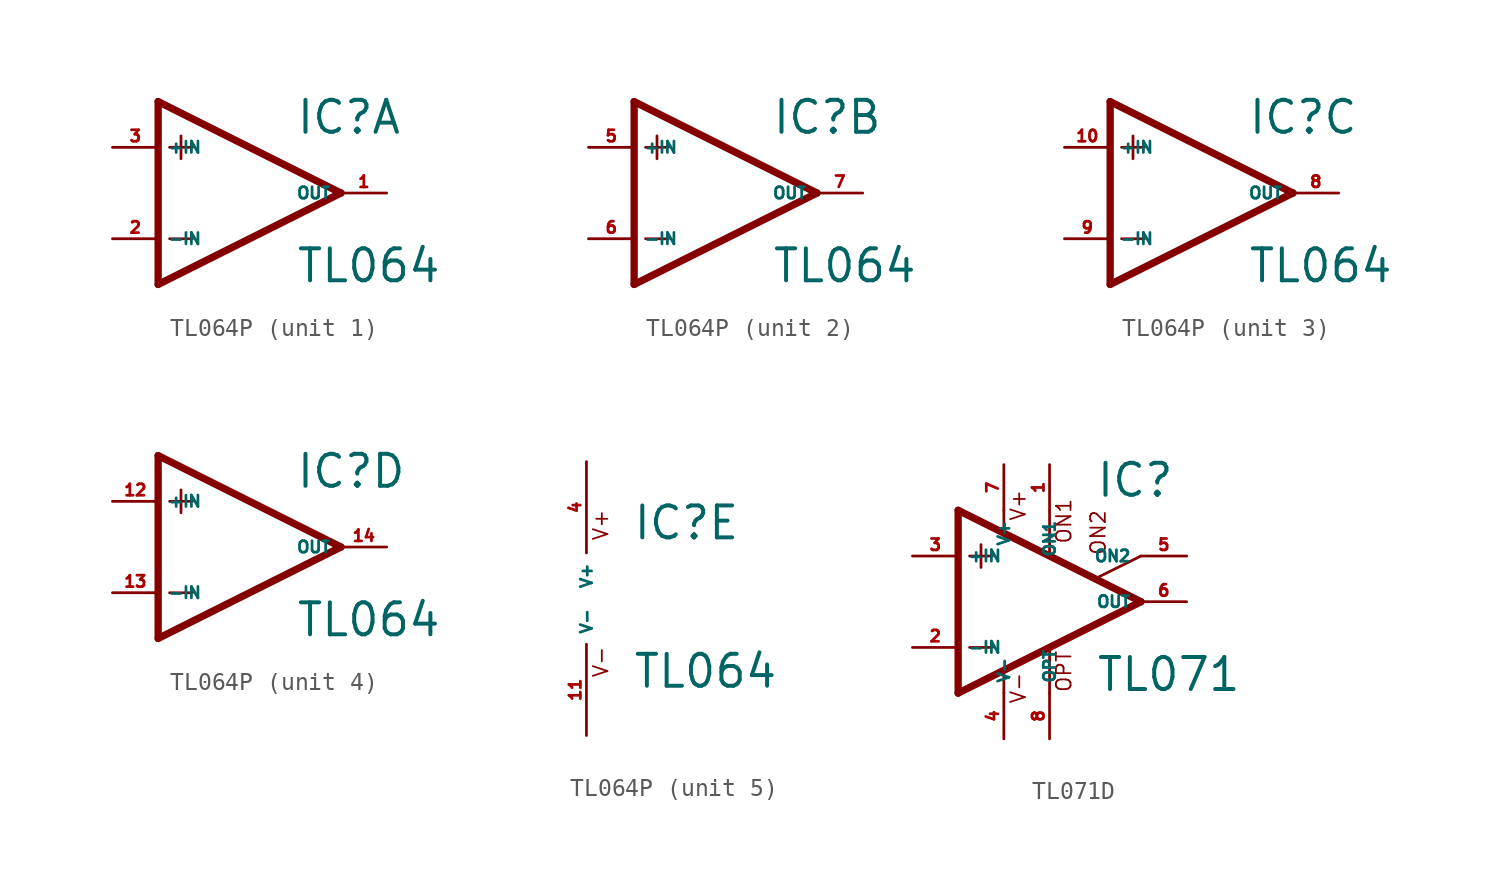
<source format=kicad_sym>
(kicad_symbol_lib
  (version 20220914)
  (generator Eagle2Kicad)
  (symbol "TL064P"
    (property "Reference" "IC"
      (at 2.54 3.175 0)
      (effects (font (size 1.778 1.778) (thickness 0.22)) (justify left bottom)))
    (property "Value" "TL064"
      (at 2.54 -5.08 0)
      (effects (font (size 1.778 1.778) (thickness 0.22)) (justify left bottom)))
    (symbol "TL064P_1_0"
      (polyline (pts (xy -5.08 5.08) (xy -5.08 -5.08)) (stroke (width 0.406) (type default)) (fill (type none)))
      (polyline (pts (xy -5.08 -5.08) (xy 5.08 0)) (stroke (width 0.406) (type default)) (fill (type none)))
      (polyline (pts (xy 5.08 0) (xy -5.08 5.08)) (stroke (width 0.406) (type default)) (fill (type none)))
      (polyline (pts (xy -3.81 3.175) (xy -3.81 1.905)) (stroke (width 0.152) (type default)) (fill (type none)))
      (polyline (pts (xy -4.445 2.54) (xy -3.175 2.54)) (stroke (width 0.152) (type default)) (fill (type none)))
      (polyline (pts (xy -4.445 -2.54) (xy -3.175 -2.54)) (stroke (width 0.152) (type default)) (fill (type none)))
      (pin input line (at -7.62 -2.54 0) (length 2.54) (name "-IN" (effects (font (size 0.635 0.635) (thickness 0.08)) (justify left bottom))) (number "2" (effects (font (size 0.635 0.635) (thickness 0.08)) (justify left bottom))))
      (pin input line (at -7.62 2.54 0) (length 2.54) (name "+IN" (effects (font (size 0.635 0.635) (thickness 0.08)) (justify left bottom))) (number "3" (effects (font (size 0.635 0.635) (thickness 0.08)) (justify left bottom))))
      (pin output line (at 7.62 0 180) (length 2.54) (name "OUT" (effects (font (size 0.635 0.635) (thickness 0.08)) (justify left bottom))) (number "1" (effects (font (size 0.635 0.635) (thickness 0.08)) (justify left bottom)))))
    (symbol "TL064P_2_0"
      (polyline (pts (xy -5.08 5.08) (xy -5.08 -5.08)) (stroke (width 0.406) (type default)) (fill (type none)))
      (polyline (pts (xy -5.08 -5.08) (xy 5.08 0)) (stroke (width 0.406) (type default)) (fill (type none)))
      (polyline (pts (xy 5.08 0) (xy -5.08 5.08)) (stroke (width 0.406) (type default)) (fill (type none)))
      (polyline (pts (xy -3.81 3.175) (xy -3.81 1.905)) (stroke (width 0.152) (type default)) (fill (type none)))
      (polyline (pts (xy -4.445 2.54) (xy -3.175 2.54)) (stroke (width 0.152) (type default)) (fill (type none)))
      (polyline (pts (xy -4.445 -2.54) (xy -3.175 -2.54)) (stroke (width 0.152) (type default)) (fill (type none)))
      (pin input line (at -7.62 -2.54 0) (length 2.54) (name "-IN" (effects (font (size 0.635 0.635) (thickness 0.08)) (justify left bottom))) (number "6" (effects (font (size 0.635 0.635) (thickness 0.08)) (justify left bottom))))
      (pin input line (at -7.62 2.54 0) (length 2.54) (name "+IN" (effects (font (size 0.635 0.635) (thickness 0.08)) (justify left bottom))) (number "5" (effects (font (size 0.635 0.635) (thickness 0.08)) (justify left bottom))))
      (pin output line (at 7.62 0 180) (length 2.54) (name "OUT" (effects (font (size 0.635 0.635) (thickness 0.08)) (justify left bottom))) (number "7" (effects (font (size 0.635 0.635) (thickness 0.08)) (justify left bottom)))))
    (symbol "TL064P_3_0"
      (polyline (pts (xy -5.08 5.08) (xy -5.08 -5.08)) (stroke (width 0.406) (type default)) (fill (type none)))
      (polyline (pts (xy -5.08 -5.08) (xy 5.08 0)) (stroke (width 0.406) (type default)) (fill (type none)))
      (polyline (pts (xy 5.08 0) (xy -5.08 5.08)) (stroke (width 0.406) (type default)) (fill (type none)))
      (polyline (pts (xy -3.81 3.175) (xy -3.81 1.905)) (stroke (width 0.152) (type default)) (fill (type none)))
      (polyline (pts (xy -4.445 2.54) (xy -3.175 2.54)) (stroke (width 0.152) (type default)) (fill (type none)))
      (polyline (pts (xy -4.445 -2.54) (xy -3.175 -2.54)) (stroke (width 0.152) (type default)) (fill (type none)))
      (pin input line (at -7.62 -2.54 0) (length 2.54) (name "-IN" (effects (font (size 0.635 0.635) (thickness 0.08)) (justify left bottom))) (number "9" (effects (font (size 0.635 0.635) (thickness 0.08)) (justify left bottom))))
      (pin input line (at -7.62 2.54 0) (length 2.54) (name "+IN" (effects (font (size 0.635 0.635) (thickness 0.08)) (justify left bottom))) (number "10" (effects (font (size 0.635 0.635) (thickness 0.08)) (justify left bottom))))
      (pin output line (at 7.62 0 180) (length 2.54) (name "OUT" (effects (font (size 0.635 0.635) (thickness 0.08)) (justify left bottom))) (number "8" (effects (font (size 0.635 0.635) (thickness 0.08)) (justify left bottom)))))
    (symbol "TL064P_4_0"
      (polyline (pts (xy -5.08 5.08) (xy -5.08 -5.08)) (stroke (width 0.406) (type default)) (fill (type none)))
      (polyline (pts (xy -5.08 -5.08) (xy 5.08 0)) (stroke (width 0.406) (type default)) (fill (type none)))
      (polyline (pts (xy 5.08 0) (xy -5.08 5.08)) (stroke (width 0.406) (type default)) (fill (type none)))
      (polyline (pts (xy -3.81 3.175) (xy -3.81 1.905)) (stroke (width 0.152) (type default)) (fill (type none)))
      (polyline (pts (xy -4.445 2.54) (xy -3.175 2.54)) (stroke (width 0.152) (type default)) (fill (type none)))
      (polyline (pts (xy -4.445 -2.54) (xy -3.175 -2.54)) (stroke (width 0.152) (type default)) (fill (type none)))
      (pin input line (at -7.62 -2.54 0) (length 2.54) (name "-IN" (effects (font (size 0.635 0.635) (thickness 0.08)) (justify left bottom))) (number "13" (effects (font (size 0.635 0.635) (thickness 0.08)) (justify left bottom))))
      (pin input line (at -7.62 2.54 0) (length 2.54) (name "+IN" (effects (font (size 0.635 0.635) (thickness 0.08)) (justify left bottom))) (number "12" (effects (font (size 0.635 0.635) (thickness 0.08)) (justify left bottom))))
      (pin output line (at 7.62 0 180) (length 2.54) (name "OUT" (effects (font (size 0.635 0.635) (thickness 0.08)) (justify left bottom))) (number "14" (effects (font (size 0.635 0.635) (thickness 0.08)) (justify left bottom)))))
    (symbol "TL064P_5_0"
      (text "V+" (at 1.27 3.175 900) (effects (font (size 0.813 0.813) (thickness 0.10)) (justify left bottom)))
      (text "V-" (at 1.27 -4.445 900) (effects (font (size 0.813 0.813) (thickness 0.10)) (justify left bottom)))
      (pin unspecified line (at 0 7.62 270) (length 5.08) (name "V+" (effects (font (size 0.635 0.635) (thickness 0.08)) (justify left bottom))) (number "4" (effects (font (size 0.635 0.635) (thickness 0.08)) (justify left bottom))))
      (pin unspecified line (at 0 -7.62 90) (length 5.08) (name "V-" (effects (font (size 0.635 0.635) (thickness 0.08)) (justify left bottom))) (number "11" (effects (font (size 0.635 0.635) (thickness 0.08)) (justify left bottom))))))
  (symbol "TL071D"
    (property "Reference" "IC"
      (at 2.54 5.715 0)
      (effects (font (size 1.778 1.778) (thickness 0.22)) (justify left bottom)))
    (property "Value" "TL071"
      (at 2.54 -5.08 0)
      (effects (font (size 1.778 1.778) (thickness 0.22)) (justify left bottom)))
    (polyline
      (pts (xy -3.81 3.175) (xy -3.81 1.905))
      (stroke (width 0.152) (type default))
      (fill (type none)))
    (polyline
      (pts (xy -4.445 2.54) (xy -3.175 2.54))
      (stroke (width 0.152) (type default))
      (fill (type none)))
    (polyline
      (pts (xy -4.445 -2.54) (xy -3.175 -2.54))
      (stroke (width 0.152) (type default))
      (fill (type none)))
    (polyline
      (pts (xy -2.54 5.08) (xy -2.54 3.886))
      (stroke (width 0.152) (type default))
      (fill (type none)))
    (polyline
      (pts (xy 0 5.055) (xy 0 2.616))
      (stroke (width 0.152) (type default))
      (fill (type none)))
    (polyline
      (pts (xy 0 -2.616) (xy 0 -5.08))
      (stroke (width 0.152) (type default))
      (fill (type none)))
    (polyline
      (pts (xy -2.54 -3.912) (xy -2.54 -5.08))
      (stroke (width 0.152) (type default))
      (fill (type none)))
    (polyline
      (pts (xy 5.08 2.54) (xy 2.616 1.321))
      (stroke (width 0.152) (type default))
      (fill (type none)))
    (polyline
      (pts (xy 5.08 0) (xy -5.08 5.08))
      (stroke (width 0.406) (type default))
      (fill (type none)))
    (polyline
      (pts (xy -5.08 5.08) (xy -5.08 -5.08))
      (stroke (width 0.406) (type default))
      (fill (type none)))
    (polyline
      (pts (xy -5.08 -5.08) (xy 5.08 0))
      (stroke (width 0.406) (type default))
      (fill (type none)))
    (text "ON1"
      (at 1.27 3.175 900)
      (effects (font (size 0.813 0.813) (thickness 0.10)) (justify left bottom)))
    (text "ON2"
      (at 3.175 2.54 900)
      (effects (font (size 0.813 0.813) (thickness 0.10)) (justify left bottom)))
    (text "OPT"
      (at 1.27 -5.08 900)
      (effects (font (size 0.813 0.813) (thickness 0.10)) (justify left bottom)))
    (text "V+"
      (at -1.27 4.445 900)
      (effects (font (size 0.813 0.813) (thickness 0.10)) (justify left bottom)))
    (text "V-"
      (at -1.27 -5.715 900)
      (effects (font (size 0.813 0.813) (thickness 0.10)) (justify left bottom)))
    (pin passive line
      (at 7.62 2.54 180)
      (length 2.54)
      (name "ON2" (effects (font (size 0.635 0.635) (thickness 0.08)) (justify left bottom)))
      (number "5" (effects (font (size 0.635 0.635) (thickness 0.08)) (justify left bottom))))
    (pin passive line
      (at 0 7.62 270)
      (length 2.54)
      (name "ON1" (effects (font (size 0.635 0.635) (thickness 0.08)) (justify left bottom)))
      (number "1" (effects (font (size 0.635 0.635) (thickness 0.08)) (justify left bottom))))
    (pin input line
      (at -7.62 -2.54 0)
      (length 2.54)
      (name "-IN" (effects (font (size 0.635 0.635) (thickness 0.08)) (justify left bottom)))
      (number "2" (effects (font (size 0.635 0.635) (thickness 0.08)) (justify left bottom))))
    (pin input line
      (at -7.62 2.54 0)
      (length 2.54)
      (name "+IN" (effects (font (size 0.635 0.635) (thickness 0.08)) (justify left bottom)))
      (number "3" (effects (font (size 0.635 0.635) (thickness 0.08)) (justify left bottom))))
    (pin output line
      (at 7.62 0 180)
      (length 2.54)
      (name "OUT" (effects (font (size 0.635 0.635) (thickness 0.08)) (justify left bottom)))
      (number "6" (effects (font (size 0.635 0.635) (thickness 0.08)) (justify left bottom))))
    (pin passive line
      (at 0 -7.62 90)
      (length 2.54)
      (name "OPT" (effects (font (size 0.635 0.635) (thickness 0.08)) (justify left bottom)))
      (number "8" (effects (font (size 0.635 0.635) (thickness 0.08)) (justify left bottom))))
    (pin unspecified line
      (at -2.54 7.62 270)
      (length 2.54)
      (name "V+" (effects (font (size 0.635 0.635) (thickness 0.08)) (justify left bottom)))
      (number "7" (effects (font (size 0.635 0.635) (thickness 0.08)) (justify left bottom))))
    (pin unspecified line
      (at -2.54 -7.62 90)
      (length 2.54)
      (name "V-" (effects (font (size 0.635 0.635) (thickness 0.08)) (justify left bottom)))
      (number "4" (effects (font (size 0.635 0.635) (thickness 0.08)) (justify left bottom))))))
</source>
